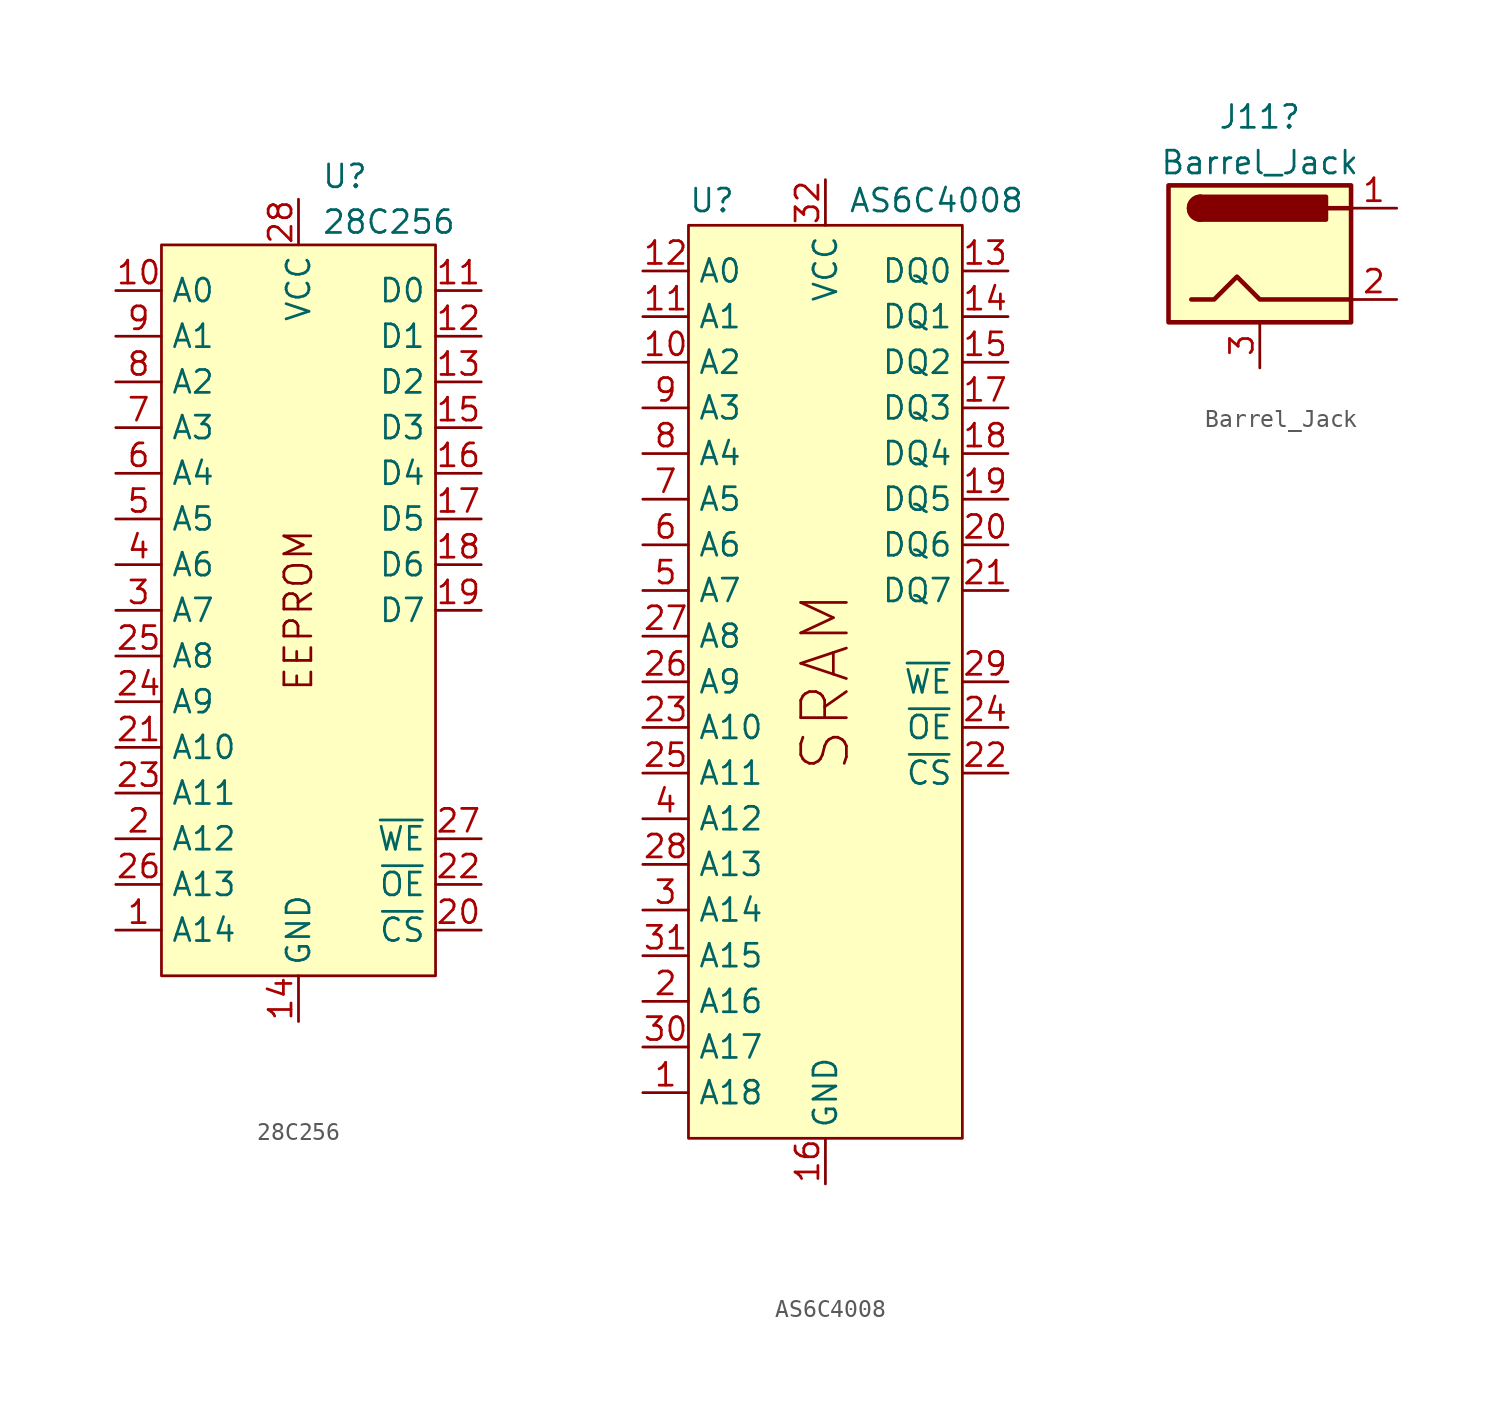
<source format=kicad_sym>
(kicad_symbol_lib
  (version 20211014)
  (generator kicad_symbol_editor)
  (symbol "28C256"
    (property "Reference" "U"
      (at 1.27 29.21 0)
      (effects (font (size 1.27 1.27)) (justify left)))
    (property "Value" "28C256"
      (at 1.27 26.67 0)
      (effects (font (size 1.27 1.27)) (justify left)))
    (symbol "28C256_0_0"
      (text "EEPROM" (at 0 5.08 900) (effects (font (size 1.499 1.499)))))
    (symbol "28C256_0_1"
      (rectangle (start 7.62 25.4) (end -7.62 -15.24) (stroke (width 0) (type default) (color 0 0 0 0)) (fill (type background))))
    (symbol "28C256_1_1"
      (pin input line (at -10.16 -12.7 0) (length 2.54) (name "A14" (effects (font (size 1.27 1.27)))) (number "1" (effects (font (size 1.27 1.27)))))
      (pin input line (at -10.16 22.86 0) (length 2.54) (name "A0" (effects (font (size 1.27 1.27)))) (number "10" (effects (font (size 1.27 1.27)))))
      (pin tri_state line (at 10.16 22.86 180) (length 2.54) (name "D0" (effects (font (size 1.27 1.27)))) (number "11" (effects (font (size 1.27 1.27)))))
      (pin tri_state line (at 10.16 20.32 180) (length 2.54) (name "D1" (effects (font (size 1.27 1.27)))) (number "12" (effects (font (size 1.27 1.27)))))
      (pin tri_state line (at 10.16 17.78 180) (length 2.54) (name "D2" (effects (font (size 1.27 1.27)))) (number "13" (effects (font (size 1.27 1.27)))))
      (pin power_in line (at 0 -17.78 90) (length 2.54) (name "GND" (effects (font (size 1.27 1.27)))) (number "14" (effects (font (size 1.27 1.27)))))
      (pin tri_state line (at 10.16 15.24 180) (length 2.54) (name "D3" (effects (font (size 1.27 1.27)))) (number "15" (effects (font (size 1.27 1.27)))))
      (pin tri_state line (at 10.16 12.7 180) (length 2.54) (name "D4" (effects (font (size 1.27 1.27)))) (number "16" (effects (font (size 1.27 1.27)))))
      (pin tri_state line (at 10.16 10.16 180) (length 2.54) (name "D5" (effects (font (size 1.27 1.27)))) (number "17" (effects (font (size 1.27 1.27)))))
      (pin tri_state line (at 10.16 7.62 180) (length 2.54) (name "D6" (effects (font (size 1.27 1.27)))) (number "18" (effects (font (size 1.27 1.27)))))
      (pin tri_state line (at 10.16 5.08 180) (length 2.54) (name "D7" (effects (font (size 1.27 1.27)))) (number "19" (effects (font (size 1.27 1.27)))))
      (pin input line (at -10.16 -7.62 0) (length 2.54) (name "A12" (effects (font (size 1.27 1.27)))) (number "2" (effects (font (size 1.27 1.27)))))
      (pin input line (at 10.16 -12.7 180) (length 2.54) (name "~{CS}" (effects (font (size 1.27 1.27)))) (number "20" (effects (font (size 1.27 1.27)))))
      (pin input line (at -10.16 -2.54 0) (length 2.54) (name "A10" (effects (font (size 1.27 1.27)))) (number "21" (effects (font (size 1.27 1.27)))))
      (pin input line (at 10.16 -10.16 180) (length 2.54) (name "~{OE}" (effects (font (size 1.27 1.27)))) (number "22" (effects (font (size 1.27 1.27)))))
      (pin input line (at -10.16 -5.08 0) (length 2.54) (name "A11" (effects (font (size 1.27 1.27)))) (number "23" (effects (font (size 1.27 1.27)))))
      (pin input line (at -10.16 0 0) (length 2.54) (name "A9" (effects (font (size 1.27 1.27)))) (number "24" (effects (font (size 1.27 1.27)))))
      (pin input line (at -10.16 2.54 0) (length 2.54) (name "A8" (effects (font (size 1.27 1.27)))) (number "25" (effects (font (size 1.27 1.27)))))
      (pin input line (at -10.16 -10.16 0) (length 2.54) (name "A13" (effects (font (size 1.27 1.27)))) (number "26" (effects (font (size 1.27 1.27)))))
      (pin input line (at 10.16 -7.62 180) (length 2.54) (name "~{WE}" (effects (font (size 1.27 1.27)))) (number "27" (effects (font (size 1.27 1.27)))))
      (pin power_in line (at 0 27.94 270) (length 2.54) (name "VCC" (effects (font (size 1.27 1.27)))) (number "28" (effects (font (size 1.27 1.27)))))
      (pin input line (at -10.16 5.08 0) (length 2.54) (name "A7" (effects (font (size 1.27 1.27)))) (number "3" (effects (font (size 1.27 1.27)))))
      (pin input line (at -10.16 7.62 0) (length 2.54) (name "A6" (effects (font (size 1.27 1.27)))) (number "4" (effects (font (size 1.27 1.27)))))
      (pin input line (at -10.16 10.16 0) (length 2.54) (name "A5" (effects (font (size 1.27 1.27)))) (number "5" (effects (font (size 1.27 1.27)))))
      (pin input line (at -10.16 12.7 0) (length 2.54) (name "A4" (effects (font (size 1.27 1.27)))) (number "6" (effects (font (size 1.27 1.27)))))
      (pin input line (at -10.16 15.24 0) (length 2.54) (name "A3" (effects (font (size 1.27 1.27)))) (number "7" (effects (font (size 1.27 1.27)))))
      (pin input line (at -10.16 17.78 0) (length 2.54) (name "A2" (effects (font (size 1.27 1.27)))) (number "8" (effects (font (size 1.27 1.27)))))
      (pin input line (at -10.16 20.32 0) (length 2.54) (name "A1" (effects (font (size 1.27 1.27)))) (number "9" (effects (font (size 1.27 1.27)))))))
  (symbol "AS6C4008"
    (property "Reference" "U"
      (at -7.62 0.635 0)
      (effects (font (size 1.27 1.27)) (justify left bottom)))
    (property "Value" "AS6C4008"
      (at 1.27 0.635 0)
      (effects (font (size 1.27 1.27)) (justify left bottom)))
    (symbol "AS6C4008_0_0"
      (text "SRAM" (at 0 -25.4 900) (effects (font (size 2.54 2.54))))
      (pin power_in line (at 0 -53.34 90) (length 2.54) (name "GND" (effects (font (size 1.27 1.27)))) (number "16" (effects (font (size 1.27 1.27)))))
      (pin power_in line (at 0 2.54 270) (length 2.54) (name "VCC" (effects (font (size 1.27 1.27)))) (number "32" (effects (font (size 1.27 1.27))))))
    (symbol "AS6C4008_0_1"
      (rectangle (start -7.62 0) (end 7.62 -50.8) (stroke (width 0) (type default) (color 0 0 0 0)) (fill (type background))))
    (symbol "AS6C4008_1_1"
      (pin input line (at -10.16 -48.26 0) (length 2.54) (name "A18" (effects (font (size 1.27 1.27)))) (number "1" (effects (font (size 1.27 1.27)))))
      (pin input line (at -10.16 -7.62 0) (length 2.54) (name "A2" (effects (font (size 1.27 1.27)))) (number "10" (effects (font (size 1.27 1.27)))))
      (pin input line (at -10.16 -5.08 0) (length 2.54) (name "A1" (effects (font (size 1.27 1.27)))) (number "11" (effects (font (size 1.27 1.27)))))
      (pin input line (at -10.16 -2.54 0) (length 2.54) (name "A0" (effects (font (size 1.27 1.27)))) (number "12" (effects (font (size 1.27 1.27)))))
      (pin tri_state line (at 10.16 -2.54 180) (length 2.54) (name "DQ0" (effects (font (size 1.27 1.27)))) (number "13" (effects (font (size 1.27 1.27)))))
      (pin tri_state line (at 10.16 -5.08 180) (length 2.54) (name "DQ1" (effects (font (size 1.27 1.27)))) (number "14" (effects (font (size 1.27 1.27)))))
      (pin tri_state line (at 10.16 -7.62 180) (length 2.54) (name "DQ2" (effects (font (size 1.27 1.27)))) (number "15" (effects (font (size 1.27 1.27)))))
      (pin tri_state line (at 10.16 -10.16 180) (length 2.54) (name "DQ3" (effects (font (size 1.27 1.27)))) (number "17" (effects (font (size 1.27 1.27)))))
      (pin tri_state line (at 10.16 -12.7 180) (length 2.54) (name "DQ4" (effects (font (size 1.27 1.27)))) (number "18" (effects (font (size 1.27 1.27)))))
      (pin tri_state line (at 10.16 -15.24 180) (length 2.54) (name "DQ5" (effects (font (size 1.27 1.27)))) (number "19" (effects (font (size 1.27 1.27)))))
      (pin input line (at -10.16 -43.18 0) (length 2.54) (name "A16" (effects (font (size 1.27 1.27)))) (number "2" (effects (font (size 1.27 1.27)))))
      (pin tri_state line (at 10.16 -17.78 180) (length 2.54) (name "DQ6" (effects (font (size 1.27 1.27)))) (number "20" (effects (font (size 1.27 1.27)))))
      (pin tri_state line (at 10.16 -20.32 180) (length 2.54) (name "DQ7" (effects (font (size 1.27 1.27)))) (number "21" (effects (font (size 1.27 1.27)))))
      (pin input line (at 10.16 -30.48 180) (length 2.54) (name "~{CS}" (effects (font (size 1.27 1.27)))) (number "22" (effects (font (size 1.27 1.27)))))
      (pin input line (at -10.16 -27.94 0) (length 2.54) (name "A10" (effects (font (size 1.27 1.27)))) (number "23" (effects (font (size 1.27 1.27)))))
      (pin input line (at 10.16 -27.94 180) (length 2.54) (name "~{OE}" (effects (font (size 1.27 1.27)))) (number "24" (effects (font (size 1.27 1.27)))))
      (pin input line (at -10.16 -30.48 0) (length 2.54) (name "A11" (effects (font (size 1.27 1.27)))) (number "25" (effects (font (size 1.27 1.27)))))
      (pin input line (at -10.16 -25.4 0) (length 2.54) (name "A9" (effects (font (size 1.27 1.27)))) (number "26" (effects (font (size 1.27 1.27)))))
      (pin input line (at -10.16 -22.86 0) (length 2.54) (name "A8" (effects (font (size 1.27 1.27)))) (number "27" (effects (font (size 1.27 1.27)))))
      (pin input line (at -10.16 -35.56 0) (length 2.54) (name "A13" (effects (font (size 1.27 1.27)))) (number "28" (effects (font (size 1.27 1.27)))))
      (pin input line (at 10.16 -25.4 180) (length 2.54) (name "~{WE}" (effects (font (size 1.27 1.27)))) (number "29" (effects (font (size 1.27 1.27)))))
      (pin input line (at -10.16 -38.1 0) (length 2.54) (name "A14" (effects (font (size 1.27 1.27)))) (number "3" (effects (font (size 1.27 1.27)))))
      (pin input line (at -10.16 -45.72 0) (length 2.54) (name "A17" (effects (font (size 1.27 1.27)))) (number "30" (effects (font (size 1.27 1.27)))))
      (pin input line (at -10.16 -40.64 0) (length 2.54) (name "A15" (effects (font (size 1.27 1.27)))) (number "31" (effects (font (size 1.27 1.27)))))
      (pin input line (at -10.16 -33.02 0) (length 2.54) (name "A12" (effects (font (size 1.27 1.27)))) (number "4" (effects (font (size 1.27 1.27)))))
      (pin input line (at -10.16 -20.32 0) (length 2.54) (name "A7" (effects (font (size 1.27 1.27)))) (number "5" (effects (font (size 1.27 1.27)))))
      (pin input line (at -10.16 -17.78 0) (length 2.54) (name "A6" (effects (font (size 1.27 1.27)))) (number "6" (effects (font (size 1.27 1.27)))))
      (pin input line (at -10.16 -15.24 0) (length 2.54) (name "A5" (effects (font (size 1.27 1.27)))) (number "7" (effects (font (size 1.27 1.27)))))
      (pin input line (at -10.16 -12.7 0) (length 2.54) (name "A4" (effects (font (size 1.27 1.27)))) (number "8" (effects (font (size 1.27 1.27)))))
      (pin input line (at -10.16 -10.16 0) (length 2.54) (name "A3" (effects (font (size 1.27 1.27)))) (number "9" (effects (font (size 1.27 1.27)))))))
  (symbol "Barrel_Jack"
    (pin_names
      (offset 1.016))
    (property "Reference" "J11"
      (at 0 7.62 0)
      (effects (font (size 1.27 1.27))))
    (property "Value" "Barrel_Jack"
      (at 0 5.08 0)
      (effects (font (size 1.27 1.27))))
    (symbol "Barrel_Jack_0_1"
      (rectangle (start -5.08 3.81) (end 5.08 -3.81) (stroke (width 0.254) (type default) (color 0 0 0 0)) (fill (type background)))
      (arc (start -3.302 3.175) (mid -3.937 2.54) (end -3.302 1.905) (stroke (width 0.254) (type default) (color 0 0 0 0)) (fill (type none)))
      (arc (start -3.302 3.175) (mid -3.937 2.54) (end -3.302 1.905) (stroke (width 0.254) (type default) (color 0 0 0 0)) (fill (type outline)))
      (polyline (pts (xy 5.08 2.54) (xy 3.81 2.54)) (stroke (width 0.254) (type default) (color 0 0 0 0)) (fill (type none)))
      (polyline (pts (xy -3.81 -2.54) (xy -2.54 -2.54) (xy -1.27 -1.27) (xy 0 -2.54) (xy 2.54 -2.54) (xy 5.08 -2.54)) (stroke (width 0.254) (type default) (color 0 0 0 0)) (fill (type none)))
      (rectangle (start 3.683 3.175) (end -3.302 1.905) (stroke (width 0.254) (type default) (color 0 0 0 0)) (fill (type outline))))
    (symbol "Barrel_Jack_1_1"
      (pin passive line (at 7.62 2.54 180) (length 2.54) (name "~" (effects (font (size 1.27 1.27)))) (number "1" (effects (font (size 1.27 1.27)))))
      (pin passive line (at 7.62 -2.54 180) (length 2.54) (name "~" (effects (font (size 1.27 1.27)))) (number "2" (effects (font (size 1.27 1.27)))))
      (pin passive line (at 0 -6.35 90) (length 2.54) (name "" (effects (font (size 1.27 1.27)))) (number "3" (effects (font (size 1.27 1.27))))))))
</source>
